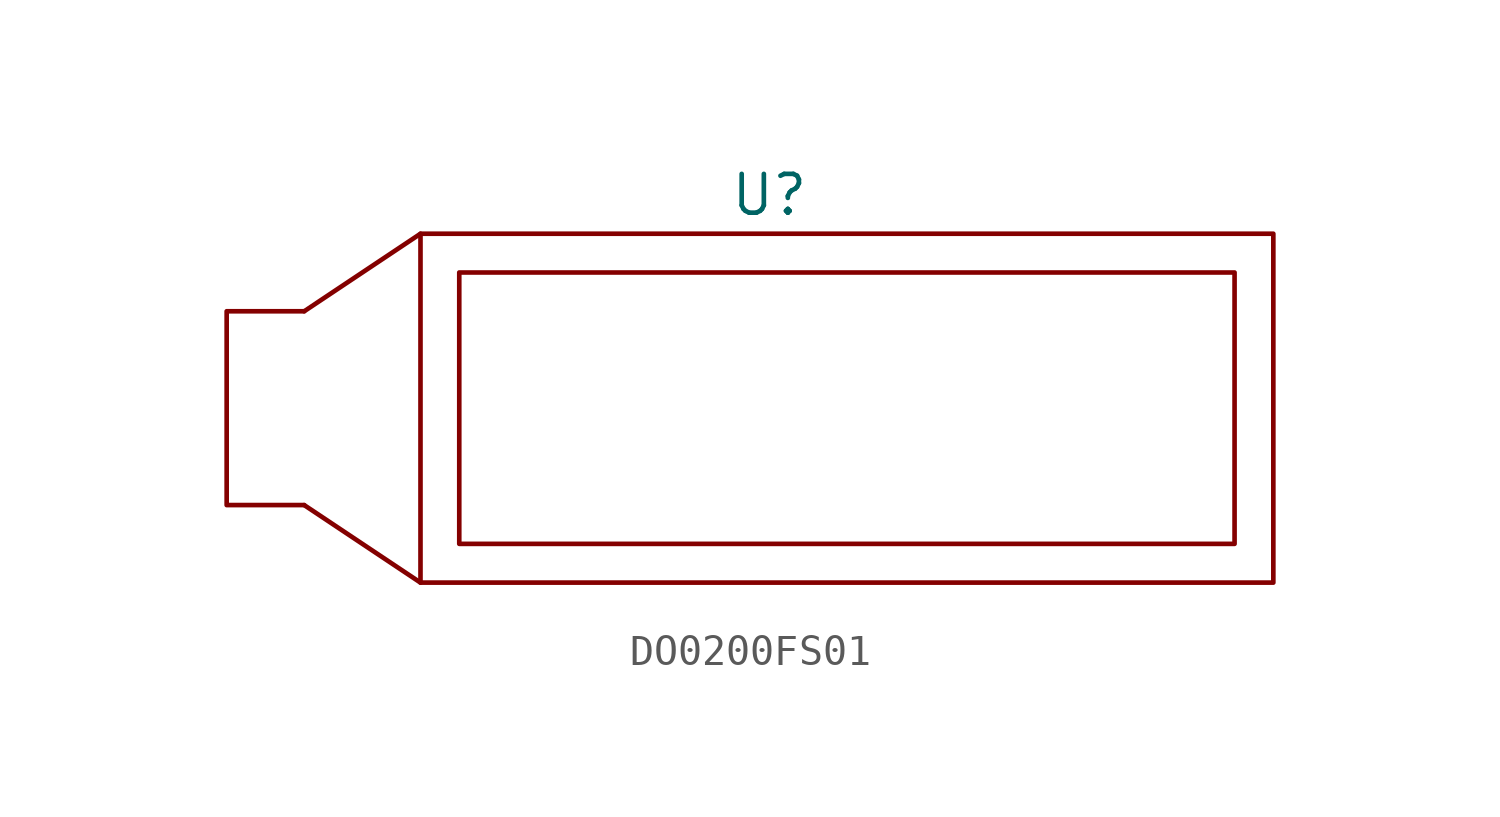
<source format=kicad_sym>
(kicad_symbol_lib
  (version 20231120)
  (generator "kicad_symbol_editor")
  (generator_version "8.0")
  (symbol "DO0200FS01"
    (property "Reference" "U"
      (at -1.27 6.35 0)
      (effects (font (size 1.27 1.27))))
    (property "Value" ""
      (at -3.81 3.81 0)
      (effects (font (size 1.27 1.27))))
    (symbol "DO0200FS01_0_1"
      (rectangle (start -12.7 5.08) (end 15.24 -6.35) (stroke (width 0) (type default)) (fill (type none)))
      (rectangle (start -11.43 3.81) (end 13.97 -5.08) (stroke (width 0) (type default)) (fill (type none)))
      (polyline (pts (xy -16.51 -3.81) (xy -12.7 -6.35)) (stroke (width 0) (type default)) (fill (type none)))
      (polyline (pts (xy -16.51 2.54) (xy -12.7 5.08)) (stroke (width 0) (type default)) (fill (type none)))
      (polyline (pts (xy -16.51 2.54) (xy -19.05 2.54) (xy -19.05 -3.81) (xy -16.51 -3.81)) (stroke (width 0) (type default)) (fill (type none))))))
</source>
